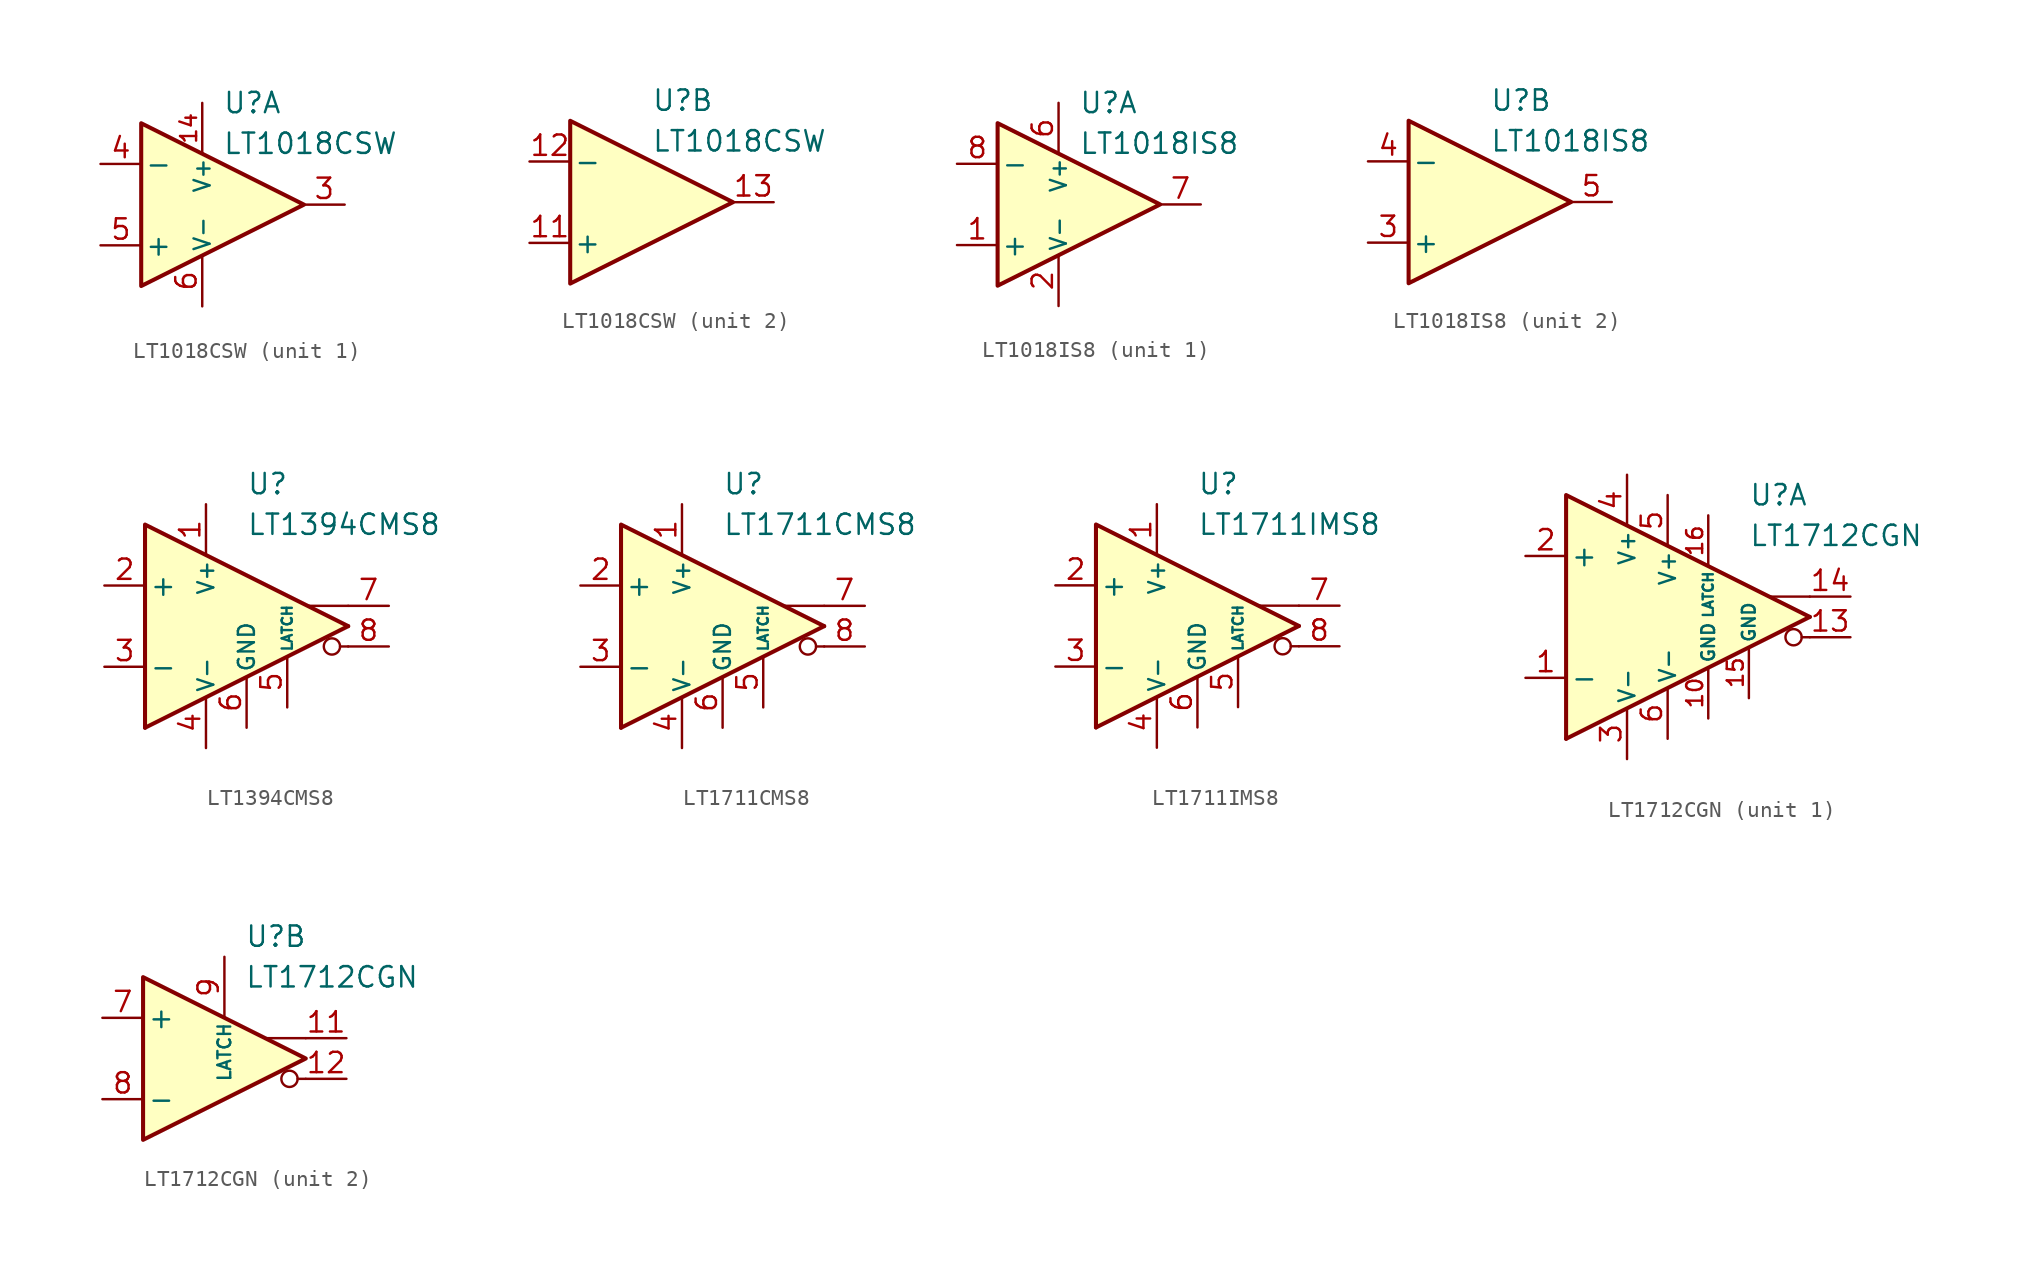
<source format=kicad_sym>
(kicad_symbol_lib
  (version 20211014)
  (generator kicad_symbol_editor)
  (symbol "LT1018CSW"
    (pin_names
      (offset 0.2))
    (property "Reference" "U"
      (at 1.27 6.35 0)
      (effects (font (size 1.27 1.27)) (justify left)))
    (property "Value" "LT1018CSW"
      (at 1.27 3.81 0)
      (effects (font (size 1.27 1.27)) (justify left)))
    (property "ki_locked" ""
      (at 0 0 0)
      (effects (font (size 1.27 1.27))))
    (symbol "LT1018CSW_0_1"
      (polyline (pts (xy -3.81 5.08) (xy -3.81 -5.08) (xy 6.35 0) (xy -3.81 5.08)) (stroke (width 0.254) (type default) (color 0 0 0 0)) (fill (type background))))
    (symbol "LT1018CSW_1_1"
      (pin no_connect line (at -1.27 1.27 270) (length 2.54) hide (name "NC" (effects (font (size 1.27 1.27)))) (number "1" (effects (font (size 1.27 1.27)))))
      (pin power_in line (at 0 6.35 270) (length 3.18) (name "V+" (effects (font (size 1 1)))) (number "14" (effects (font (size 1 1)))))
      (pin no_connect line (at -1.27 -3.81 90) (length 2.54) hide (name "NC" (effects (font (size 1.27 1.27)))) (number "2" (effects (font (size 1.27 1.27)))))
      (pin output line (at 8.89 0 180) (length 2.54) (name "~" (effects (font (size 1.27 1.27)))) (number "3" (effects (font (size 1.27 1.27)))))
      (pin input line (at -6.35 2.54 0) (length 2.54) (name "-" (effects (font (size 1.27 1.27)))) (number "4" (effects (font (size 1.27 1.27)))))
      (pin input line (at -6.35 -2.54 0) (length 2.54) (name "+" (effects (font (size 1.27 1.27)))) (number "5" (effects (font (size 1.27 1.27)))))
      (pin power_in line (at 0 -6.35 90) (length 3.18) (name "V-" (effects (font (size 1 1)))) (number "6" (effects (font (size 1.27 1.27)))))
      (pin no_connect line (at 1.27 1.27 270) (length 2.54) hide (name "NC" (effects (font (size 1.27 1.27)))) (number "7" (effects (font (size 1.27 1.27)))))
      (pin no_connect line (at 1.27 -3.81 90) (length 2.54) hide (name "NC" (effects (font (size 1.27 1.27)))) (number "8" (effects (font (size 1.27 1.27))))))
    (symbol "LT1018CSW_2_1"
      (pin no_connect line (at -1.27 -2.54 90) (length 2.54) hide (name "NC" (effects (font (size 1.27 1.27)))) (number "10" (effects (font (size 1.27 1.27)))))
      (pin input line (at -6.35 -2.54 0) (length 2.54) (name "+" (effects (font (size 1.27 1.27)))) (number "11" (effects (font (size 1.27 1.27)))))
      (pin input line (at -6.35 2.54 0) (length 2.54) (name "-" (effects (font (size 1.27 1.27)))) (number "12" (effects (font (size 1.27 1.27)))))
      (pin output line (at 8.89 0 180) (length 2.54) (name "~" (effects (font (size 1.27 1.27)))) (number "13" (effects (font (size 1.27 1.27)))))
      (pin no_connect line (at 1.27 2.54 270) (length 2.54) hide (name "NC" (effects (font (size 1.27 1.27)))) (number "15" (effects (font (size 1.27 1.27)))))
      (pin no_connect line (at 1.27 -2.54 90) (length 2.54) hide (name "NC" (effects (font (size 1.27 1.27)))) (number "16" (effects (font (size 1.27 1.27)))))
      (pin no_connect line (at -1.27 2.54 270) (length 2.54) hide (name "NC" (effects (font (size 1.27 1.27)))) (number "9" (effects (font (size 1.27 1.27)))))))
  (symbol "LT1018IS8"
    (pin_names
      (offset 0.2))
    (property "Reference" "U"
      (at 1.27 6.35 0)
      (effects (font (size 1.27 1.27)) (justify left)))
    (property "Value" "LT1018IS8"
      (at 1.27 3.81 0)
      (effects (font (size 1.27 1.27)) (justify left)))
    (property "ki_locked" ""
      (at 0 0 0)
      (effects (font (size 1.27 1.27))))
    (symbol "LT1018IS8_0_1"
      (polyline (pts (xy -3.81 5.08) (xy -3.81 -5.08) (xy 6.35 0) (xy -3.81 5.08)) (stroke (width 0.254) (type default) (color 0 0 0 0)) (fill (type background))))
    (symbol "LT1018IS8_1_1"
      (pin input line (at -6.35 -2.54 0) (length 2.54) (name "+" (effects (font (size 1.27 1.27)))) (number "1" (effects (font (size 1.27 1.27)))))
      (pin power_in line (at 0 -6.35 90) (length 3.18) (name "V-" (effects (font (size 1 1)))) (number "2" (effects (font (size 1.27 1.27)))))
      (pin power_in line (at 0 6.35 270) (length 3.18) (name "V+" (effects (font (size 1 1)))) (number "6" (effects (font (size 1.27 1.27)))))
      (pin output line (at 8.89 0 180) (length 2.54) (name "~" (effects (font (size 1.27 1.27)))) (number "7" (effects (font (size 1.27 1.27)))))
      (pin input line (at -6.35 2.54 0) (length 2.54) (name "-" (effects (font (size 1.27 1.27)))) (number "8" (effects (font (size 1.27 1.27))))))
    (symbol "LT1018IS8_2_1"
      (pin input line (at -6.35 -2.54 0) (length 2.54) (name "+" (effects (font (size 1.27 1.27)))) (number "3" (effects (font (size 1.27 1.27)))))
      (pin input line (at -6.35 2.54 0) (length 2.54) (name "-" (effects (font (size 1.27 1.27)))) (number "4" (effects (font (size 1.27 1.27)))))
      (pin output line (at 8.89 0 180) (length 2.54) (name "~" (effects (font (size 1.27 1.27)))) (number "5" (effects (font (size 1.27 1.27)))))))
  (symbol "LT1394CMS8"
    (pin_names
      (offset 0.254))
    (property "Reference" "U"
      (at 0 8.89 0)
      (effects (font (size 1.27 1.27)) (justify left)))
    (property "Value" "LT1394CMS8"
      (at 0 6.35 0)
      (effects (font (size 1.27 1.27)) (justify left)))
    (symbol "LT1394CMS8_0_0"
      (polyline (pts (xy 6.35 -1.27) (xy 5.842 -1.27)) (stroke (width 0.152) (type default) (color 0 0 0 0)) (fill (type none)))
      (polyline (pts (xy 6.35 0) (xy -6.35 -6.35)) (stroke (width 0.254) (type default) (color 0 0 0 0)) (fill (type none)))
      (polyline (pts (xy 6.35 1.27) (xy 3.81 1.27)) (stroke (width 0.152) (type default) (color 0 0 0 0)) (fill (type none)))
      (polyline (pts (xy 6.35 0) (xy -6.35 6.35) (xy -6.35 -6.35)) (stroke (width 0.254) (type default) (color 0 0 0 0)) (fill (type background)))
      (circle (center 5.334 -1.27) (radius 0.508) (stroke (width 0.152) (type default) (color 0 0 0 0)) (fill (type none))))
    (symbol "LT1394CMS8_1_1"
      (pin power_in line (at -2.54 7.62 270) (length 3.18) (name "V+" (effects (font (size 1 1)))) (number "1" (effects (font (size 1.27 1.27)))))
      (pin input line (at -8.89 2.54 0) (length 2.54) (name "+" (effects (font (size 1.27 1.27)))) (number "2" (effects (font (size 1.27 1.27)))))
      (pin input line (at -8.89 -2.54 0) (length 2.54) (name "-" (effects (font (size 1.27 1.27)))) (number "3" (effects (font (size 1.27 1.27)))))
      (pin power_in line (at -2.54 -7.62 90) (length 3.18) (name "V-" (effects (font (size 1 1)))) (number "4" (effects (font (size 1.27 1.27)))))
      (pin input line (at 2.54 -5.08 90) (length 3.18) (name "LATCH" (effects (font (size 0.635 0.635)))) (number "5" (effects (font (size 1.27 1.27)))))
      (pin power_in line (at 0 -6.35 90) (length 3.18) (name "GND" (effects (font (size 1 1)))) (number "6" (effects (font (size 1.27 1.27)))))
      (pin output line (at 8.89 1.27 180) (length 2.54) (name "~" (effects (font (size 1.27 1.27)))) (number "7" (effects (font (size 1.27 1.27)))))
      (pin output line (at 8.89 -1.27 180) (length 2.54) (name "~" (effects (font (size 1.27 1.27)))) (number "8" (effects (font (size 1.27 1.27)))))))
  (symbol "LT1711CMS8"
    (pin_names
      (offset 0.254))
    (property "Reference" "U"
      (at 0 8.89 0)
      (effects (font (size 1.27 1.27)) (justify left)))
    (property "Value" "LT1711CMS8"
      (at 0 6.35 0)
      (effects (font (size 1.27 1.27)) (justify left)))
    (symbol "LT1711CMS8_0_0"
      (polyline (pts (xy 6.35 -1.27) (xy 5.842 -1.27)) (stroke (width 0.152) (type default) (color 0 0 0 0)) (fill (type none)))
      (polyline (pts (xy 6.35 0) (xy -6.35 -6.35)) (stroke (width 0.254) (type default) (color 0 0 0 0)) (fill (type none)))
      (polyline (pts (xy 6.35 1.27) (xy 3.81 1.27)) (stroke (width 0.152) (type default) (color 0 0 0 0)) (fill (type none)))
      (polyline (pts (xy 6.35 0) (xy -6.35 6.35) (xy -6.35 -6.35)) (stroke (width 0.254) (type default) (color 0 0 0 0)) (fill (type background)))
      (circle (center 5.334 -1.27) (radius 0.508) (stroke (width 0.152) (type default) (color 0 0 0 0)) (fill (type none))))
    (symbol "LT1711CMS8_1_1"
      (pin power_in line (at -2.54 7.62 270) (length 3.18) (name "V+" (effects (font (size 1 1)))) (number "1" (effects (font (size 1.27 1.27)))))
      (pin input line (at -8.89 2.54 0) (length 2.54) (name "+" (effects (font (size 1.27 1.27)))) (number "2" (effects (font (size 1.27 1.27)))))
      (pin input line (at -8.89 -2.54 0) (length 2.54) (name "-" (effects (font (size 1.27 1.27)))) (number "3" (effects (font (size 1.27 1.27)))))
      (pin power_in line (at -2.54 -7.62 90) (length 3.18) (name "V-" (effects (font (size 1 1)))) (number "4" (effects (font (size 1.27 1.27)))))
      (pin input line (at 2.54 -5.08 90) (length 3.18) (name "LATCH" (effects (font (size 0.635 0.635)))) (number "5" (effects (font (size 1.27 1.27)))))
      (pin power_in line (at 0 -6.35 90) (length 3.18) (name "GND" (effects (font (size 1 1)))) (number "6" (effects (font (size 1.27 1.27)))))
      (pin output line (at 8.89 1.27 180) (length 2.54) (name "~" (effects (font (size 1.27 1.27)))) (number "7" (effects (font (size 1.27 1.27)))))
      (pin output line (at 8.89 -1.27 180) (length 2.54) (name "~" (effects (font (size 1.27 1.27)))) (number "8" (effects (font (size 1.27 1.27)))))))
  (symbol "LT1711IMS8"
    (pin_names
      (offset 0.254))
    (property "Reference" "U"
      (at 0 8.89 0)
      (effects (font (size 1.27 1.27)) (justify left)))
    (property "Value" "LT1711IMS8"
      (at 0 6.35 0)
      (effects (font (size 1.27 1.27)) (justify left)))
    (symbol "LT1711IMS8_0_0"
      (polyline (pts (xy 6.35 -1.27) (xy 5.842 -1.27)) (stroke (width 0.152) (type default) (color 0 0 0 0)) (fill (type none)))
      (polyline (pts (xy 6.35 0) (xy -6.35 -6.35)) (stroke (width 0.254) (type default) (color 0 0 0 0)) (fill (type none)))
      (polyline (pts (xy 6.35 1.27) (xy 3.81 1.27)) (stroke (width 0.152) (type default) (color 0 0 0 0)) (fill (type none)))
      (polyline (pts (xy 6.35 0) (xy -6.35 6.35) (xy -6.35 -6.35)) (stroke (width 0.254) (type default) (color 0 0 0 0)) (fill (type background)))
      (circle (center 5.334 -1.27) (radius 0.508) (stroke (width 0.152) (type default) (color 0 0 0 0)) (fill (type none))))
    (symbol "LT1711IMS8_1_1"
      (pin power_in line (at -2.54 7.62 270) (length 3.18) (name "V+" (effects (font (size 1 1)))) (number "1" (effects (font (size 1.27 1.27)))))
      (pin input line (at -8.89 2.54 0) (length 2.54) (name "+" (effects (font (size 1.27 1.27)))) (number "2" (effects (font (size 1.27 1.27)))))
      (pin input line (at -8.89 -2.54 0) (length 2.54) (name "-" (effects (font (size 1.27 1.27)))) (number "3" (effects (font (size 1.27 1.27)))))
      (pin power_in line (at -2.54 -7.62 90) (length 3.18) (name "V-" (effects (font (size 1 1)))) (number "4" (effects (font (size 1.27 1.27)))))
      (pin input line (at 2.54 -5.08 90) (length 3.18) (name "LATCH" (effects (font (size 0.635 0.635)))) (number "5" (effects (font (size 1.27 1.27)))))
      (pin power_in line (at 0 -6.35 90) (length 3.18) (name "GND" (effects (font (size 1 1)))) (number "6" (effects (font (size 1.27 1.27)))))
      (pin output line (at 8.89 1.27 180) (length 2.54) (name "~" (effects (font (size 1.27 1.27)))) (number "7" (effects (font (size 1.27 1.27)))))
      (pin output line (at 8.89 -1.27 180) (length 2.54) (name "~" (effects (font (size 1.27 1.27)))) (number "8" (effects (font (size 1.27 1.27)))))))
  (symbol "LT1712CGN"
    (pin_names
      (offset 0.254))
    (property "Reference" "U"
      (at 2.54 7.62 0)
      (effects (font (size 1.27 1.27)) (justify left)))
    (property "Value" "LT1712CGN"
      (at 2.54 5.08 0)
      (effects (font (size 1.27 1.27)) (justify left)))
    (property "ki_locked" ""
      (at 0 0 0)
      (effects (font (size 1.27 1.27))))
    (symbol "LT1712CGN_0_0"
      (polyline (pts (xy 6.35 -1.27) (xy 5.842 -1.27)) (stroke (width 0.152) (type default) (color 0 0 0 0)) (fill (type none)))
      (polyline (pts (xy 6.35 1.27) (xy 3.81 1.27)) (stroke (width 0.152) (type default) (color 0 0 0 0)) (fill (type none)))
      (circle (center 5.334 -1.27) (radius 0.508) (stroke (width 0.152) (type default) (color 0 0 0 0)) (fill (type none))))
    (symbol "LT1712CGN_1_0"
      (polyline (pts (xy 6.35 0) (xy -8.89 -7.62)) (stroke (width 0.254) (type default) (color 0 0 0 0)) (fill (type none)))
      (polyline (pts (xy 6.35 0) (xy -8.89 7.62) (xy -8.89 -7.62)) (stroke (width 0.254) (type default) (color 0 0 0 0)) (fill (type background))))
    (symbol "LT1712CGN_1_1"
      (pin input line (at -11.43 -3.81 0) (length 2.54) (name "-" (effects (font (size 1.27 1.27)))) (number "1" (effects (font (size 1.27 1.27)))))
      (pin power_in line (at 0 -6.35 90) (length 3.18) (name "GND" (effects (font (size 0.8 0.8)))) (number "10" (effects (font (size 1 1)))))
      (pin output line (at 8.89 -1.27 180) (length 2.54) (name "~" (effects (font (size 1.27 1.27)))) (number "13" (effects (font (size 1.27 1.27)))))
      (pin output line (at 8.89 1.27 180) (length 2.54) (name "~" (effects (font (size 1.27 1.27)))) (number "14" (effects (font (size 1.27 1.27)))))
      (pin power_in line (at 2.54 -5.08 90) (length 3.18) (name "GND" (effects (font (size 0.8 0.8)))) (number "15" (effects (font (size 1 1)))))
      (pin input line (at 0 6.35 270) (length 3.18) (name "LATCH" (effects (font (size 0.635 0.635)))) (number "16" (effects (font (size 1 1)))))
      (pin input line (at -11.43 3.81 0) (length 2.54) (name "+" (effects (font (size 1.27 1.27)))) (number "2" (effects (font (size 1.27 1.27)))))
      (pin power_in line (at -5.08 -8.89 90) (length 3.18) (name "V-" (effects (font (size 1 1)))) (number "3" (effects (font (size 1.27 1.27)))))
      (pin power_in line (at -5.08 8.89 270) (length 3.18) (name "V+" (effects (font (size 1 1)))) (number "4" (effects (font (size 1.27 1.27)))))
      (pin power_in line (at -2.54 7.62 270) (length 3.18) (name "V+" (effects (font (size 1 1)))) (number "5" (effects (font (size 1.27 1.27)))))
      (pin power_in line (at -2.54 -7.62 90) (length 3.18) (name "V-" (effects (font (size 1 1)))) (number "6" (effects (font (size 1.27 1.27))))))
    (symbol "LT1712CGN_2_0"
      (polyline (pts (xy 6.35 0) (xy -3.81 5.08) (xy -3.81 -5.08) (xy 6.35 0)) (stroke (width 0.254) (type default) (color 0 0 0 0)) (fill (type background))))
    (symbol "LT1712CGN_2_1"
      (pin output line (at 8.89 1.27 180) (length 2.54) (name "~" (effects (font (size 1.27 1.27)))) (number "11" (effects (font (size 1.27 1.27)))))
      (pin output line (at 8.89 -1.27 180) (length 2.54) (name "~" (effects (font (size 1.27 1.27)))) (number "12" (effects (font (size 1.27 1.27)))))
      (pin input line (at -6.35 2.54 0) (length 2.54) (name "+" (effects (font (size 1.27 1.27)))) (number "7" (effects (font (size 1.27 1.27)))))
      (pin input line (at -6.35 -2.54 0) (length 2.54) (name "-" (effects (font (size 1.27 1.27)))) (number "8" (effects (font (size 1.27 1.27)))))
      (pin input line (at 1.27 6.35 270) (length 3.81) (name "LATCH" (effects (font (size 0.8 0.8)))) (number "9" (effects (font (size 1.27 1.27))))))))
</source>
